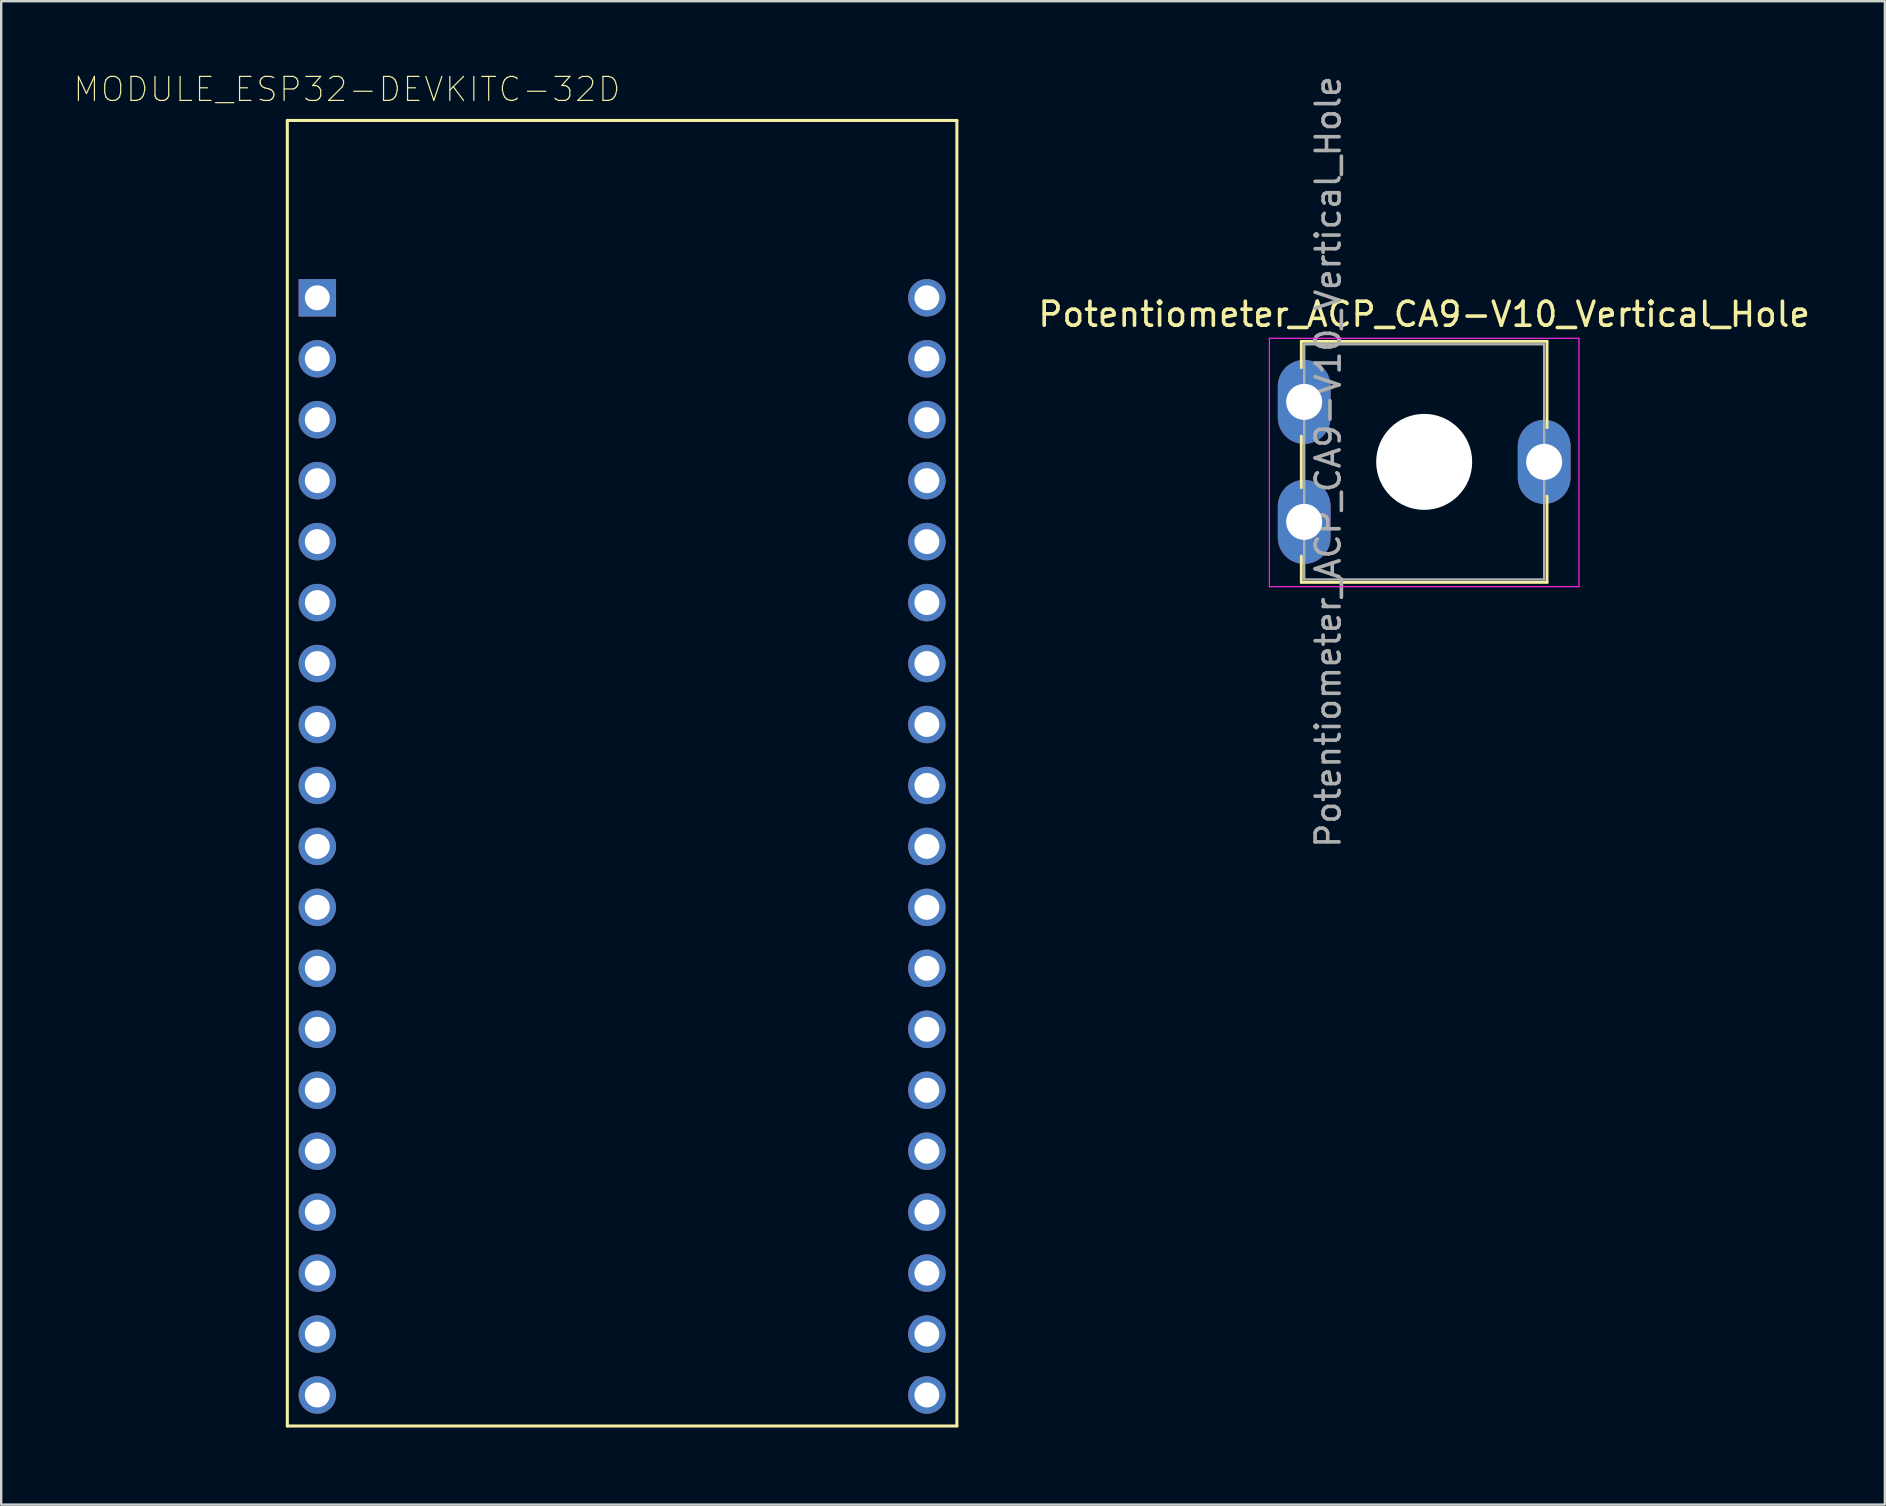
<source format=kicad_pcb>
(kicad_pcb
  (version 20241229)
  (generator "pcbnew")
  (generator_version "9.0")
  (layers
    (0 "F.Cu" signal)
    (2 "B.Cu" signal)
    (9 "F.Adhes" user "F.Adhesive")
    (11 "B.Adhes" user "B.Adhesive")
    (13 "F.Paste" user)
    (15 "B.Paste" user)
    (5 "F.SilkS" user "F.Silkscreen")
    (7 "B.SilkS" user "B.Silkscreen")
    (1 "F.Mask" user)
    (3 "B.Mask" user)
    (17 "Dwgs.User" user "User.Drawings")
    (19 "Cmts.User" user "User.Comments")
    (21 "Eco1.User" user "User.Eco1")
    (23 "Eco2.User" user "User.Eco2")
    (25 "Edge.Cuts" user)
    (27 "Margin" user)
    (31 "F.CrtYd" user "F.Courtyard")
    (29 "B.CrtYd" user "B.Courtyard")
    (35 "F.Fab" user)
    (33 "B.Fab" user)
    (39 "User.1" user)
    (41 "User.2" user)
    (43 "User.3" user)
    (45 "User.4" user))
  (footprint "MODULE_ESP32-DEVKITC-32D"
    (layer "F.Cu")
    (at 22.872 29.119)
    (property "Reference" "MODULE_ESP32-DEVKITC-32D" (at -11.464 -28.446 0) (layer "F.SilkS") (effects (font (size 1 1) (thickness 0.05))))
    (attr through_hole)
    (fp_line (start -13.95 -27.15) (end 13.95 -27.15) (stroke (width 0.127) (type solid)) (layer "F.SilkS"))
    (fp_line (start -13.95 27.25) (end -13.95 -27.15) (stroke (width 0.127) (type solid)) (layer "F.SilkS"))
    (fp_line (start 13.95 -27.15) (end 13.95 27.25) (stroke (width 0.127) (type solid)) (layer "F.SilkS"))
    (fp_line (start 13.95 27.25) (end -13.95 27.25) (stroke (width 0.127) (type solid)) (layer "F.SilkS"))
    (fp_line (start -14.2 -27.4) (end 14.2 -27.4) (stroke (width 0.05) (type solid)) (layer "Eco1.User"))
    (fp_line (start -14.2 27.5) (end -14.2 -27.4) (stroke (width 0.05) (type solid)) (layer "Eco1.User"))
    (fp_line (start 14.2 -27.4) (end 14.2 27.5) (stroke (width 0.05) (type solid)) (layer "Eco1.User"))
    (fp_line (start 14.2 27.5) (end -14.2 27.5) (stroke (width 0.05) (type solid)) (layer "Eco1.User"))
    (fp_line (start -13.95 -27.15) (end 13.95 -27.15) (stroke (width 0.127) (type solid)) (layer "Eco2.User"))
    (fp_line (start -13.95 27.25) (end -13.95 -27.15) (stroke (width 0.127) (type solid)) (layer "Eco2.User"))
    (fp_line (start 13.95 -27.15) (end 13.95 27.25) (stroke (width 0.127) (type solid)) (layer "Eco2.User"))
    (fp_line (start 13.95 27.25) (end -13.95 27.25) (stroke (width 0.127) (type solid)) (layer "Eco2.User"))
    (fp_circle (center -14.6 -19.9) (end -14.46 -19.9) (stroke (width 0.28) (type solid)) (fill no) (layer "Eco2.User"))
    (fp_circle (center -14.6 -19.9) (end -14.46 -19.9) (stroke (width 0.28) (type solid)) (fill no) (layer "Eco2.User"))
    (pad "1" thru_hole rect (at -12.7 -19.76) (size 1.56 1.56) (drill 1.04) (layers "*.Cu" "*.Mask"))
    (pad "2" thru_hole circle (at -12.7 -17.22) (size 1.56 1.56) (drill 1.04) (layers "*.Cu" "*.Mask"))
    (pad "3" thru_hole circle (at -12.7 -14.68) (size 1.56 1.56) (drill 1.04) (layers "*.Cu" "*.Mask"))
    (pad "4" thru_hole circle (at -12.7 -12.14) (size 1.56 1.56) (drill 1.04) (layers "*.Cu" "*.Mask"))
    (pad "5" thru_hole circle (at -12.7 -9.6) (size 1.56 1.56) (drill 1.04) (layers "*.Cu" "*.Mask"))
    (pad "6" thru_hole circle (at -12.7 -7.06) (size 1.56 1.56) (drill 1.04) (layers "*.Cu" "*.Mask"))
    (pad "7" thru_hole circle (at -12.7 -4.52) (size 1.56 1.56) (drill 1.04) (layers "*.Cu" "*.Mask"))
    (pad "8" thru_hole circle (at -12.7 -1.98) (size 1.56 1.56) (drill 1.04) (layers "*.Cu" "*.Mask"))
    (pad "9" thru_hole circle (at -12.7 0.56) (size 1.56 1.56) (drill 1.04) (layers "*.Cu" "*.Mask"))
    (pad "10" thru_hole circle (at -12.7 3.1) (size 1.56 1.56) (drill 1.04) (layers "*.Cu" "*.Mask"))
    (pad "11" thru_hole circle (at -12.7 5.64) (size 1.56 1.56) (drill 1.04) (layers "*.Cu" "*.Mask"))
    (pad "12" thru_hole circle (at -12.7 8.18) (size 1.56 1.56) (drill 1.04) (layers "*.Cu" "*.Mask"))
    (pad "13" thru_hole circle (at -12.7 10.72) (size 1.56 1.56) (drill 1.04) (layers "*.Cu" "*.Mask"))
    (pad "14" thru_hole circle (at -12.7 13.26) (size 1.56 1.56) (drill 1.04) (layers "*.Cu" "*.Mask"))
    (pad "15" thru_hole circle (at -12.7 15.8) (size 1.56 1.56) (drill 1.04) (layers "*.Cu" "*.Mask"))
    (pad "16" thru_hole circle (at -12.7 18.34) (size 1.56 1.56) (drill 1.04) (layers "*.Cu" "*.Mask"))
    (pad "17" thru_hole circle (at -12.7 20.88) (size 1.56 1.56) (drill 1.04) (layers "*.Cu" "*.Mask"))
    (pad "18" thru_hole circle (at -12.7 23.42) (size 1.56 1.56) (drill 1.04) (layers "*.Cu" "*.Mask"))
    (pad "19" thru_hole circle (at -12.7 25.96) (size 1.56 1.56) (drill 1.04) (layers "*.Cu" "*.Mask"))
    (pad "20" thru_hole circle (at 12.7 -19.76) (size 1.56 1.56) (drill 1.04) (layers "*.Cu" "*.Mask"))
    (pad "21" thru_hole circle (at 12.7 -17.22) (size 1.56 1.56) (drill 1.04) (layers "*.Cu" "*.Mask"))
    (pad "22" thru_hole circle (at 12.7 -14.68) (size 1.56 1.56) (drill 1.04) (layers "*.Cu" "*.Mask"))
    (pad "23" thru_hole circle (at 12.7 -12.14) (size 1.56 1.56) (drill 1.04) (layers "*.Cu" "*.Mask"))
    (pad "24" thru_hole circle (at 12.7 -9.6) (size 1.56 1.56) (drill 1.04) (layers "*.Cu" "*.Mask"))
    (pad "25" thru_hole circle (at 12.7 -7.06) (size 1.56 1.56) (drill 1.04) (layers "*.Cu" "*.Mask"))
    (pad "26" thru_hole circle (at 12.7 -4.52) (size 1.56 1.56) (drill 1.04) (layers "*.Cu" "*.Mask"))
    (pad "27" thru_hole circle (at 12.7 -1.98) (size 1.56 1.56) (drill 1.04) (layers "*.Cu" "*.Mask"))
    (pad "28" thru_hole circle (at 12.7 0.56) (size 1.56 1.56) (drill 1.04) (layers "*.Cu" "*.Mask"))
    (pad "29" thru_hole circle (at 12.7 3.1) (size 1.56 1.56) (drill 1.04) (layers "*.Cu" "*.Mask"))
    (pad "30" thru_hole circle (at 12.7 5.64) (size 1.56 1.56) (drill 1.04) (layers "*.Cu" "*.Mask"))
    (pad "31" thru_hole circle (at 12.7 8.18) (size 1.56 1.56) (drill 1.04) (layers "*.Cu" "*.Mask"))
    (pad "32" thru_hole circle (at 12.7 10.72) (size 1.56 1.56) (drill 1.04) (layers "*.Cu" "*.Mask"))
    (pad "33" thru_hole circle (at 12.7 13.26) (size 1.56 1.56) (drill 1.04) (layers "*.Cu" "*.Mask"))
    (pad "34" thru_hole circle (at 12.7 15.8) (size 1.56 1.56) (drill 1.04) (layers "*.Cu" "*.Mask"))
    (pad "35" thru_hole circle (at 12.7 18.34) (size 1.56 1.56) (drill 1.04) (layers "*.Cu" "*.Mask"))
    (pad "36" thru_hole circle (at 12.7 20.88) (size 1.56 1.56) (drill 1.04) (layers "*.Cu" "*.Mask"))
    (pad "37" thru_hole circle (at 12.7 23.42) (size 1.56 1.56) (drill 1.04) (layers "*.Cu" "*.Mask"))
    (pad "38" thru_hole circle (at 12.7 25.96) (size 1.56 1.56) (drill 1.04) (layers "*.Cu" "*.Mask")))
  (footprint "Potentiometer_ACP_CA9-V10_Vertical_Hole"
    (layer "F.Cu")
    (at 51.294 18.696)
    (property "Reference" "Potentiometer_ACP_CA9-V10_Vertical_Hole" (at 5 -8.65 0) (layer "F.SilkS") (effects (font (size 1 1) (thickness 0.15))))
    (attr through_hole)
    (fp_line (start -0.12 -7.521) (end -0.12 -6.426) (stroke (width 0.12) (type solid)) (layer "F.SilkS"))
    (fp_line (start -0.12 -7.521) (end 10.12 -7.521) (stroke (width 0.12) (type solid)) (layer "F.SilkS"))
    (fp_line (start -0.12 -3.574) (end -0.12 -1.425) (stroke (width 0.12) (type solid)) (layer "F.SilkS"))
    (fp_line (start -0.12 1.425) (end -0.12 2.52) (stroke (width 0.12) (type solid)) (layer "F.SilkS"))
    (fp_line (start -0.12 2.52) (end 10.12 2.52) (stroke (width 0.12) (type solid)) (layer "F.SilkS"))
    (fp_line (start 10.12 -7.521) (end 10.12 -3.925) (stroke (width 0.12) (type solid)) (layer "F.SilkS"))
    (fp_line (start 10.12 -1.075) (end 10.12 2.52) (stroke (width 0.12) (type solid)) (layer "F.SilkS"))
    (fp_line (start -1.45 -7.65) (end -1.45 2.7) (stroke (width 0.05) (type solid)) (layer "F.CrtYd"))
    (fp_line (start -1.45 2.7) (end 11.45 2.7) (stroke (width 0.05) (type solid)) (layer "F.CrtYd"))
    (fp_line (start 11.45 -7.65) (end -1.45 -7.65) (stroke (width 0.05) (type solid)) (layer "F.CrtYd"))
    (fp_line (start 11.45 2.7) (end 11.45 -7.65) (stroke (width 0.05) (type solid)) (layer "F.CrtYd"))
    (fp_line (start 0 -7.4) (end 0 2.4) (stroke (width 0.1) (type solid)) (layer "F.Fab"))
    (fp_line (start 0 2.4) (end 10 2.4) (stroke (width 0.1) (type solid)) (layer "F.Fab"))
    (fp_line (start 10 -7.4) (end 0 -7.4) (stroke (width 0.1) (type solid)) (layer "F.Fab"))
    (fp_line (start 10 2.4) (end 10 -7.4) (stroke (width 0.1) (type solid)) (layer "F.Fab"))
    (fp_text user "${REFERENCE}" (at 1 -2.5 90) (layer "F.Fab") (effects (font (size 1 1) (thickness 0.15))))
    (pad "" np_thru_hole circle (at 5 -2.5) (size 4 4) (drill 4) (layers "*.Cu" "*.Mask"))
    (pad "1" thru_hole oval (at 0 0) (size 2.2 3.5) (drill 1.5) (layers "*.Cu" "*.Mask"))
    (pad "2" thru_hole oval (at 10 -2.5) (size 2.2 3.5) (drill 1.5) (layers "*.Cu" "*.Mask"))
    (pad "3" thru_hole oval (at 0 -5) (size 2.2 3.5) (drill 1.5) (layers "*.Cu" "*.Mask")))
  (gr_rect
    (start -3 -3)
    (end 75.49 59.644)
    (stroke (width 0.1) (type default))
    (fill no)
    (layer "Edge.Cuts")))
</source>
